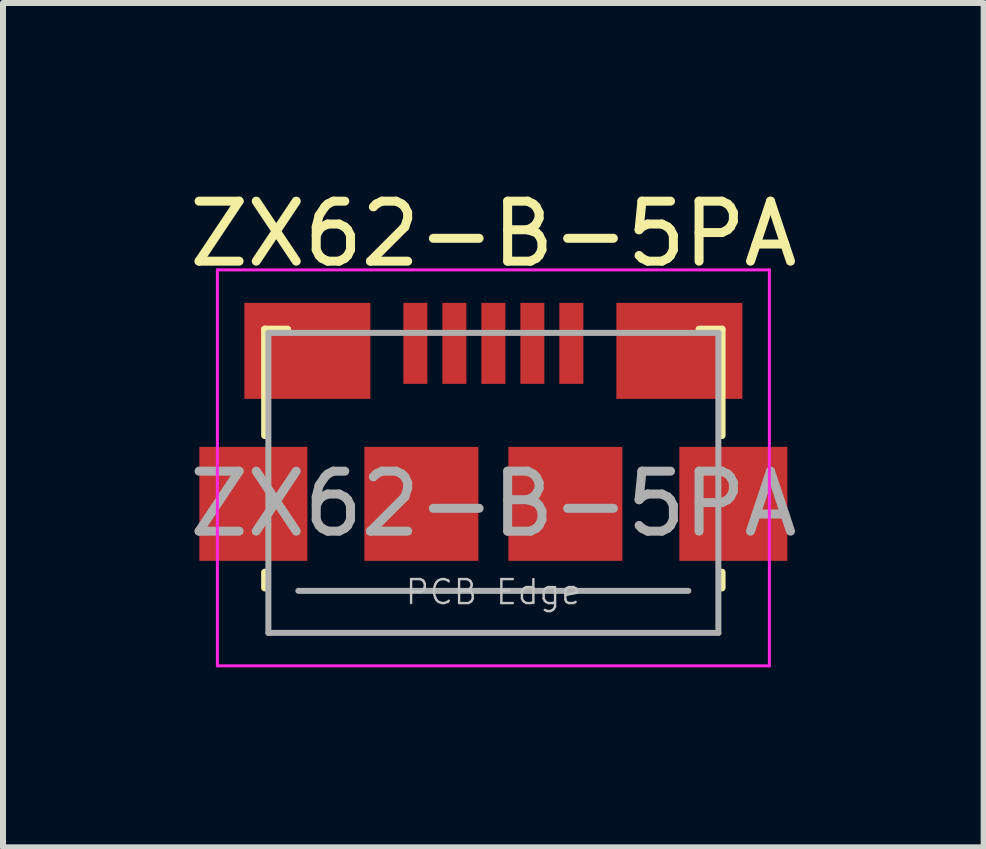
<source format=kicad_pcb>
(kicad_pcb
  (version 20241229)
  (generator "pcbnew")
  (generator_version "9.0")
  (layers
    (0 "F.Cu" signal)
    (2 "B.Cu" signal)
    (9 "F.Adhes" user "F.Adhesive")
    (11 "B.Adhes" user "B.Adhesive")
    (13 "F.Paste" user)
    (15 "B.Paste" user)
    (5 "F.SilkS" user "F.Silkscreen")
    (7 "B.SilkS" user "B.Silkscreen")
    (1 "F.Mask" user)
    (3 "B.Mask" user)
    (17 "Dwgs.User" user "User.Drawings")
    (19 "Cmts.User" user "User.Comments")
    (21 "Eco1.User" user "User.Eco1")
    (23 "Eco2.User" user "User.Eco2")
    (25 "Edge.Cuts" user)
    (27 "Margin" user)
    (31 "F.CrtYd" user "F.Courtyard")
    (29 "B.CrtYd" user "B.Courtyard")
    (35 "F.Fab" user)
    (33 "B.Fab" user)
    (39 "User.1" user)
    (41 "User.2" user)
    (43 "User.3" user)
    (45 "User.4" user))
  (footprint "ZX62-B-5PA"
    (layer "F.Cu")
    (at 5.173 5.348)
    (property "Reference" "ZX62-B-5PA" (at 0 -4.5 180) (layer "F.SilkS") (effects (font (size 1 1) (thickness 0.15))))
    (attr smd)
    (fp_line (start -3.81 -2.91) (end -3.43 -2.91) (stroke (width 0.12) (type solid)) (layer "F.SilkS"))
    (fp_line (start -3.81 -1.14) (end -3.81 -2.91) (stroke (width 0.12) (type solid)) (layer "F.SilkS"))
    (fp_line (start -3.81 1.4) (end -3.81 1.14) (stroke (width 0.12) (type solid)) (layer "F.SilkS"))
    (fp_line (start 3.81 -2.91) (end 3.43 -2.91) (stroke (width 0.12) (type solid)) (layer "F.SilkS"))
    (fp_line (start 3.81 -2.91) (end 3.81 -1.14) (stroke (width 0.12) (type solid)) (layer "F.SilkS"))
    (fp_line (start 3.81 1.14) (end 3.81 1.4) (stroke (width 0.12) (type solid)) (layer "F.SilkS"))
    (fp_line (start -4.6 -3.9) (end 4.6 -3.9) (stroke (width 0.05) (type solid)) (layer "F.CrtYd"))
    (fp_line (start -4.6 2.7) (end -4.6 -3.9) (stroke (width 0.05) (type solid)) (layer "F.CrtYd"))
    (fp_line (start 4.6 -3.9) (end 4.6 2.7) (stroke (width 0.05) (type solid)) (layer "F.CrtYd"))
    (fp_line (start 4.6 2.7) (end -4.6 2.7) (stroke (width 0.05) (type solid)) (layer "F.CrtYd"))
    (fp_line (start -3.75 -2.85) (end 3.75 -2.85) (stroke (width 0.1) (type solid)) (layer "F.Fab"))
    (fp_line (start -3.75 2.15) (end -3.75 -2.85) (stroke (width 0.1) (type solid)) (layer "F.Fab"))
    (fp_line (start -3.25 1.45) (end 3.25 1.45) (stroke (width 0.1) (type solid)) (layer "F.Fab"))
    (fp_line (start 3.75 -2.85) (end 3.75 2.15) (stroke (width 0.1) (type solid)) (layer "F.Fab"))
    (fp_line (start 3.75 2.15) (end -3.75 2.15) (stroke (width 0.1) (type solid)) (layer "F.Fab"))
    (fp_text user "PCB Edge" (at 0 1.47 180) (layer "Dwgs.User") (effects (font (size 0.4 0.4) (thickness 0.04))))
    (fp_text user "${REFERENCE}" (at 0 0 0) (layer "F.Fab") (effects (font (size 1 1) (thickness 0.15))))
    (pad "1" smd rect (at -1.3 -2.675) (size 0.4 1.35) (layers "F.Cu" "F.Mask" "F.Paste"))
    (pad "2" smd rect (at -0.65 -2.675) (size 0.4 1.35) (layers "F.Cu" "F.Mask" "F.Paste"))
    (pad "3" smd rect (at 0 -2.675) (size 0.4 1.35) (layers "F.Cu" "F.Mask" "F.Paste"))
    (pad "4" smd rect (at 0.65 -2.675) (size 0.4 1.35) (layers "F.Cu" "F.Mask" "F.Paste"))
    (pad "5" smd rect (at 1.3 -2.675) (size 0.4 1.35) (layers "F.Cu" "F.Mask" "F.Paste"))
    (pad "6" smd rect (at -4 0) (size 1.8 1.9) (layers "F.Cu" "F.Mask" "F.Paste"))
    (pad "6" smd rect (at -3.1 -2.55) (size 2.1 1.6) (layers "F.Cu" "F.Mask" "F.Paste"))
    (pad "6" smd rect (at -1.2 0) (size 1.9 1.9) (layers "F.Cu" "F.Mask" "F.Paste"))
    (pad "6" smd rect (at 1.2 0) (size 1.9 1.9) (layers "F.Cu" "F.Mask" "F.Paste"))
    (pad "6" smd rect (at 3.1 -2.55) (size 2.1 1.6) (layers "F.Cu" "F.Mask" "F.Paste"))
    (pad "6" smd rect (at 4 0) (size 1.8 1.9) (layers "F.Cu" "F.Mask" "F.Paste")))
  (gr_rect
    (start -3 -3)
    (end 13.345 11.073)
    (stroke (width 0.1) (type default))
    (fill no)
    (layer "Edge.Cuts")))
</source>
